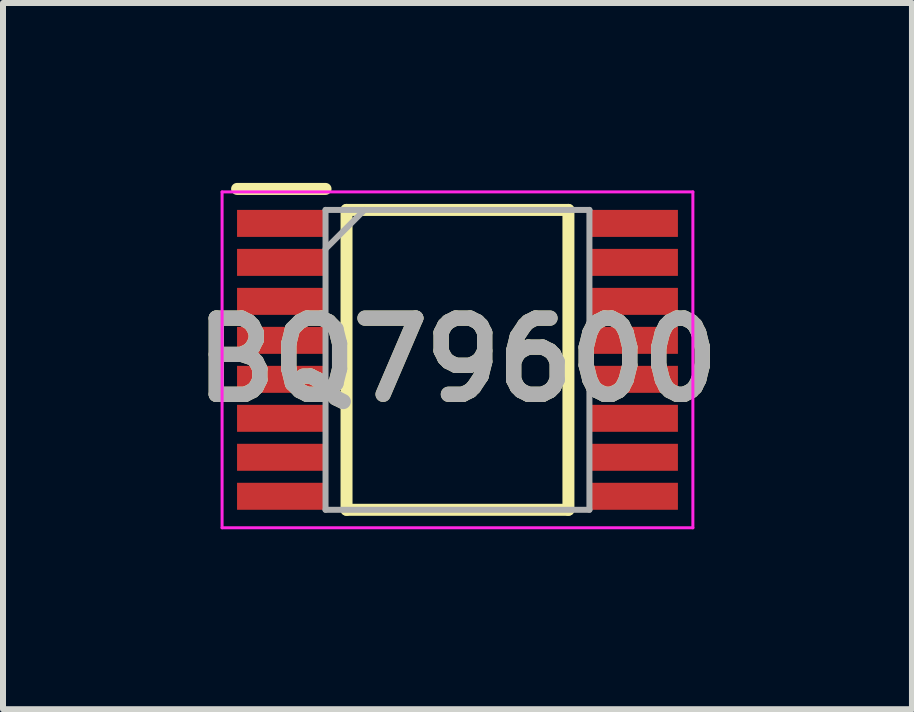
<source format=kicad_pcb>
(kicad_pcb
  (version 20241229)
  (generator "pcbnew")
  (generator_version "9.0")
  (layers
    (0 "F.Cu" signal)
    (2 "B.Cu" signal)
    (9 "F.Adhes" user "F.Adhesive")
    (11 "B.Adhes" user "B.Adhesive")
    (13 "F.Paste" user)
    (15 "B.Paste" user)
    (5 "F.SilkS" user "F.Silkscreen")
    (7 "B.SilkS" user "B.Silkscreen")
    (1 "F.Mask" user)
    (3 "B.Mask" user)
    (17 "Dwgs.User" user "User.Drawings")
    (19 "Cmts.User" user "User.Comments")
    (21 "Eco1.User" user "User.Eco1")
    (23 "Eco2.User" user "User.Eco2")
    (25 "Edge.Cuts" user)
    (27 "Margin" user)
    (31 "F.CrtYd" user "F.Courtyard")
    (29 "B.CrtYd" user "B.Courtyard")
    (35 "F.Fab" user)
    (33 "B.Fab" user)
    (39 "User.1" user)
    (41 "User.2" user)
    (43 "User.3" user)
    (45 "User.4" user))
  (footprint "BQ79600"
    (layer "F.Cu")
    (at 4.578 2.95)
    (property "Reference" "BQ79600" (at 0 0 0) (layer "F.SilkS") (effects (font (size 1.27 1.27) (thickness 0.254))))
    (attr smd)
    (fp_line (start -3.675 -2.85) (end -2.2 -2.85) (stroke (width 0.2) (type solid)) (layer "F.SilkS"))
    (fp_line (start -1.85 -2.5) (end 1.85 -2.5) (stroke (width 0.2) (type solid)) (layer "F.SilkS"))
    (fp_line (start -1.85 2.5) (end -1.85 -2.5) (stroke (width 0.2) (type solid)) (layer "F.SilkS"))
    (fp_line (start 1.85 -2.5) (end 1.85 2.5) (stroke (width 0.2) (type solid)) (layer "F.SilkS"))
    (fp_line (start 1.85 2.5) (end -1.85 2.5) (stroke (width 0.2) (type solid)) (layer "F.SilkS"))
    (fp_line (start -3.925 -2.8) (end 3.925 -2.8) (stroke (width 0.05) (type solid)) (layer "F.CrtYd"))
    (fp_line (start -3.925 2.8) (end -3.925 -2.8) (stroke (width 0.05) (type solid)) (layer "F.CrtYd"))
    (fp_line (start 3.925 -2.8) (end 3.925 2.8) (stroke (width 0.05) (type solid)) (layer "F.CrtYd"))
    (fp_line (start 3.925 2.8) (end -3.925 2.8) (stroke (width 0.05) (type solid)) (layer "F.CrtYd"))
    (fp_line (start -2.2 -2.5) (end 2.2 -2.5) (stroke (width 0.1) (type solid)) (layer "F.Fab"))
    (fp_line (start -2.2 -1.85) (end -1.55 -2.5) (stroke (width 0.1) (type solid)) (layer "F.Fab"))
    (fp_line (start -2.2 2.5) (end -2.2 -2.5) (stroke (width 0.1) (type solid)) (layer "F.Fab"))
    (fp_line (start 2.2 -2.5) (end 2.2 2.5) (stroke (width 0.1) (type solid)) (layer "F.Fab"))
    (fp_line (start 2.2 2.5) (end -2.2 2.5) (stroke (width 0.1) (type solid)) (layer "F.Fab"))
    (fp_text user "${REFERENCE}" (at 0 0 0) (layer "F.Fab") (effects (font (size 1.27 1.27) (thickness 0.254))))
    (pad "1" smd rect (at -2.938 -2.275 90) (size 0.45 1.475) (layers "F.Cu" "F.Mask" "F.Paste"))
    (pad "2" smd rect (at -2.938 -1.625 90) (size 0.45 1.475) (layers "F.Cu" "F.Mask" "F.Paste"))
    (pad "3" smd rect (at -2.938 -0.975 90) (size 0.45 1.475) (layers "F.Cu" "F.Mask" "F.Paste"))
    (pad "4" smd rect (at -2.938 -0.325 90) (size 0.45 1.475) (layers "F.Cu" "F.Mask" "F.Paste"))
    (pad "5" smd rect (at -2.938 0.325 90) (size 0.45 1.475) (layers "F.Cu" "F.Mask" "F.Paste"))
    (pad "6" smd rect (at -2.938 0.975 90) (size 0.45 1.475) (layers "F.Cu" "F.Mask" "F.Paste"))
    (pad "7" smd rect (at -2.938 1.625 90) (size 0.45 1.475) (layers "F.Cu" "F.Mask" "F.Paste"))
    (pad "8" smd rect (at -2.938 2.275 90) (size 0.45 1.475) (layers "F.Cu" "F.Mask" "F.Paste"))
    (pad "9" smd rect (at 2.938 2.275 90) (size 0.45 1.475) (layers "F.Cu" "F.Mask" "F.Paste"))
    (pad "10" smd rect (at 2.938 1.625 90) (size 0.45 1.475) (layers "F.Cu" "F.Mask" "F.Paste"))
    (pad "11" smd rect (at 2.938 0.975 90) (size 0.45 1.475) (layers "F.Cu" "F.Mask" "F.Paste"))
    (pad "12" smd rect (at 2.938 0.325 90) (size 0.45 1.475) (layers "F.Cu" "F.Mask" "F.Paste"))
    (pad "13" smd rect (at 2.938 -0.325 90) (size 0.45 1.475) (layers "F.Cu" "F.Mask" "F.Paste"))
    (pad "14" smd rect (at 2.938 -0.975 90) (size 0.45 1.475) (layers "F.Cu" "F.Mask" "F.Paste"))
    (pad "15" smd rect (at 2.938 -1.625 90) (size 0.45 1.475) (layers "F.Cu" "F.Mask" "F.Paste"))
    (pad "16" smd rect (at 2.938 -2.275 90) (size 0.45 1.475) (layers "F.Cu" "F.Mask" "F.Paste")))
  (gr_rect
    (start -3 -3)
    (end 12.156 8.775)
    (stroke (width 0.1) (type default))
    (fill no)
    (layer "Edge.Cuts")))
</source>
